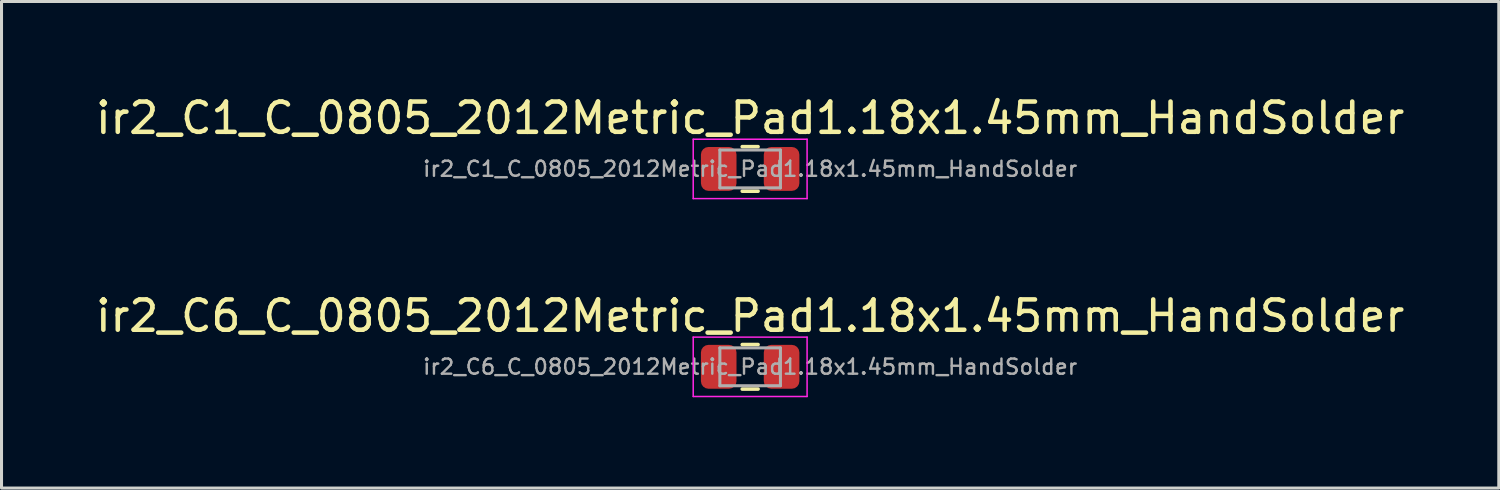
<source format=kicad_pcb>
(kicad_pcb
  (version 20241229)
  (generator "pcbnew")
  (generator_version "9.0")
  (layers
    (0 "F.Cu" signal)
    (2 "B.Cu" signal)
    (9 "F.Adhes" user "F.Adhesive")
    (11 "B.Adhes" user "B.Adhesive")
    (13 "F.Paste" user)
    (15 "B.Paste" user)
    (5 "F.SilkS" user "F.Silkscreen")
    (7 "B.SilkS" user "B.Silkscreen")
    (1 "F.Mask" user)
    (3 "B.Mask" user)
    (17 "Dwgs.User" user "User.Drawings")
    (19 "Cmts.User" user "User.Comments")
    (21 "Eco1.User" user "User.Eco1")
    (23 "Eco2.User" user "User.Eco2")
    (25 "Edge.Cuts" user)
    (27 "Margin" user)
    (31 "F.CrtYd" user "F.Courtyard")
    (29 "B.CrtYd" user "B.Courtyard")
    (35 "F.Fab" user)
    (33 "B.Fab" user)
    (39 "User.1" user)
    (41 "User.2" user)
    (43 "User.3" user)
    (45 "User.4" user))
  (footprint "ir2_C6_C_0805_2012Metric_Pad1.18x1.45mm_HandSolder"
    (layer "F.Cu")
    (at 21.72 9.062)
    (property "Reference" "ir2_C6_C_0805_2012Metric_Pad1.18x1.45mm_HandSolder" (at 0 -1.68 0) (layer "F.SilkS") (effects (font (size 1 1) (thickness 0.15))))
    (attr smd)
    (fp_line (start -0.261 -0.735) (end 0.261 -0.735) (stroke (width 0.12) (type solid)) (layer "F.SilkS"))
    (fp_line (start -0.261 0.735) (end 0.261 0.735) (stroke (width 0.12) (type solid)) (layer "F.SilkS"))
    (fp_line (start -1.88 -0.98) (end 1.88 -0.98) (stroke (width 0.05) (type solid)) (layer "F.CrtYd"))
    (fp_line (start -1.88 0.98) (end -1.88 -0.98) (stroke (width 0.05) (type solid)) (layer "F.CrtYd"))
    (fp_line (start 1.88 -0.98) (end 1.88 0.98) (stroke (width 0.05) (type solid)) (layer "F.CrtYd"))
    (fp_line (start 1.88 0.98) (end -1.88 0.98) (stroke (width 0.05) (type solid)) (layer "F.CrtYd"))
    (fp_line (start -1 -0.625) (end 1 -0.625) (stroke (width 0.1) (type solid)) (layer "F.Fab"))
    (fp_line (start -1 0.625) (end -1 -0.625) (stroke (width 0.1) (type solid)) (layer "F.Fab"))
    (fp_line (start 1 -0.625) (end 1 0.625) (stroke (width 0.1) (type solid)) (layer "F.Fab"))
    (fp_line (start 1 0.625) (end -1 0.625) (stroke (width 0.1) (type solid)) (layer "F.Fab"))
    (fp_text user "${REFERENCE}" (at 0 0 0) (layer "F.Fab") (effects (font (size 0.5 0.5) (thickness 0.08))))
    (pad "1" smd roundrect (at -1.038 0) (size 1.175 1.45) (layers "F.Cu" "F.Mask" "F.Paste") (roundrect_rratio 0.213))
    (pad "2" smd roundrect (at 1.038 0) (size 1.175 1.45) (layers "F.Cu" "F.Mask" "F.Paste") (roundrect_rratio 0.213)))
  (footprint "ir2_C1_C_0805_2012Metric_Pad1.18x1.45mm_HandSolder"
    (layer "F.Cu")
    (at 21.72 2.528)
    (property "Reference" "ir2_C1_C_0805_2012Metric_Pad1.18x1.45mm_HandSolder" (at 0 -1.68 0) (layer "F.SilkS") (effects (font (size 1 1) (thickness 0.15))))
    (attr smd)
    (fp_line (start -0.261 -0.735) (end 0.261 -0.735) (stroke (width 0.12) (type solid)) (layer "F.SilkS"))
    (fp_line (start -0.261 0.735) (end 0.261 0.735) (stroke (width 0.12) (type solid)) (layer "F.SilkS"))
    (fp_line (start -1.88 -0.98) (end 1.88 -0.98) (stroke (width 0.05) (type solid)) (layer "F.CrtYd"))
    (fp_line (start -1.88 0.98) (end -1.88 -0.98) (stroke (width 0.05) (type solid)) (layer "F.CrtYd"))
    (fp_line (start 1.88 -0.98) (end 1.88 0.98) (stroke (width 0.05) (type solid)) (layer "F.CrtYd"))
    (fp_line (start 1.88 0.98) (end -1.88 0.98) (stroke (width 0.05) (type solid)) (layer "F.CrtYd"))
    (fp_line (start -1 -0.625) (end 1 -0.625) (stroke (width 0.1) (type solid)) (layer "F.Fab"))
    (fp_line (start -1 0.625) (end -1 -0.625) (stroke (width 0.1) (type solid)) (layer "F.Fab"))
    (fp_line (start 1 -0.625) (end 1 0.625) (stroke (width 0.1) (type solid)) (layer "F.Fab"))
    (fp_line (start 1 0.625) (end -1 0.625) (stroke (width 0.1) (type solid)) (layer "F.Fab"))
    (fp_text user "${REFERENCE}" (at 0 0 0) (layer "F.Fab") (effects (font (size 0.5 0.5) (thickness 0.08))))
    (pad "1" smd roundrect (at -1.038 0) (size 1.175 1.45) (layers "F.Cu" "F.Mask" "F.Paste") (roundrect_rratio 0.213))
    (pad "2" smd roundrect (at 1.038 0) (size 1.175 1.45) (layers "F.Cu" "F.Mask" "F.Paste") (roundrect_rratio 0.213)))
  (gr_rect
    (start -3 -3)
    (end 46.44 13.066)
    (stroke (width 0.1) (type default))
    (fill no)
    (layer "Edge.Cuts")))
</source>
